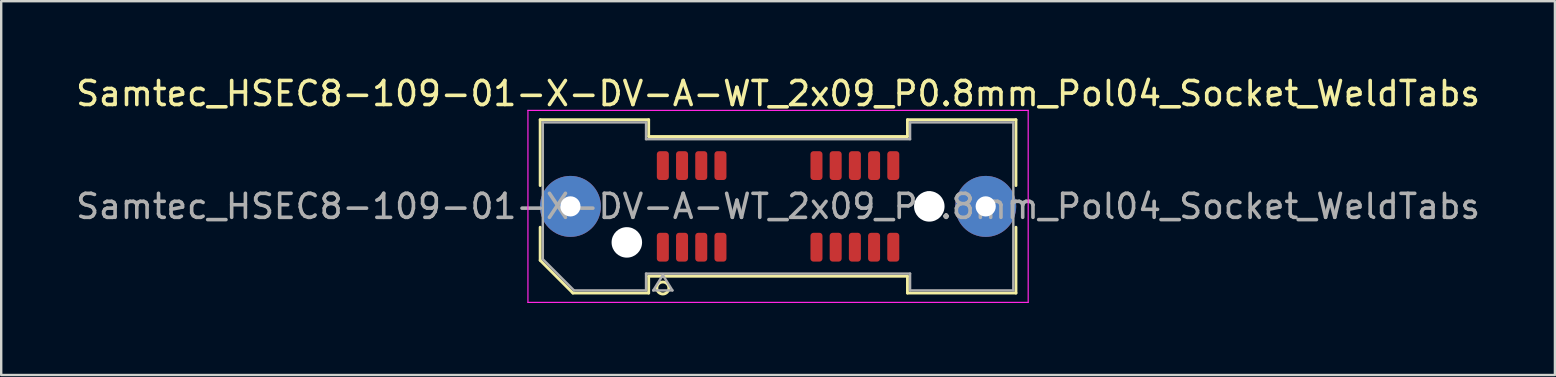
<source format=kicad_pcb>
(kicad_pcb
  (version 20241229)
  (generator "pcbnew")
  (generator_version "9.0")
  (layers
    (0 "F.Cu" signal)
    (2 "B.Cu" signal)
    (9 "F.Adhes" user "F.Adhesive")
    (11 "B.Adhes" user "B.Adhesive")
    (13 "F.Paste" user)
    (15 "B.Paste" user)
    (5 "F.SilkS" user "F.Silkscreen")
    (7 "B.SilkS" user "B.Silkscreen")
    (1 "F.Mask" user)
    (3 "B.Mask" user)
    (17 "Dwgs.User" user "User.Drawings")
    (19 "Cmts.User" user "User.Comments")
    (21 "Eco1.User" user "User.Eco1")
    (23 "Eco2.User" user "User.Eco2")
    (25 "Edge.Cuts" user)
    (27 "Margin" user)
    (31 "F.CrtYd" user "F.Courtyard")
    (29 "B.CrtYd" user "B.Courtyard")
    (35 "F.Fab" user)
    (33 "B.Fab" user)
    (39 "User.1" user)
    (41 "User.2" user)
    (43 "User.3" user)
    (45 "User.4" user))
  (footprint "Samtec_HSEC8-109-01-X-DV-A-WT_2x09_P0.8mm_Pol04_Socket_WeldTabs"
    (layer "F.Cu")
    (at 29.363 5.548)
    (property "Reference" "Samtec_HSEC8-109-01-X-DV-A-WT_2x09_P0.8mm_Pol04_Socket_WeldTabs" (at 0 -4.7 0) (layer "F.SilkS") (effects (font (size 1 1) (thickness 0.15))))
    (attr smd)
    (fp_line (start -9.91 -3.61) (end -5.39 -3.61) (stroke (width 0.12) (type solid)) (layer "F.SilkS"))
    (fp_line (start -9.91 -0.868) (end -9.91 -3.61) (stroke (width 0.12) (type solid)) (layer "F.SilkS"))
    (fp_line (start -9.91 2.246) (end -9.91 0.868) (stroke (width 0.12) (type solid)) (layer "F.SilkS"))
    (fp_line (start -8.546 3.61) (end -9.91 2.246) (stroke (width 0.12) (type solid)) (layer "F.SilkS"))
    (fp_line (start -5.39 -3.61) (end -5.39 -2.91) (stroke (width 0.12) (type solid)) (layer "F.SilkS"))
    (fp_line (start -5.39 -2.91) (end 5.39 -2.91) (stroke (width 0.12) (type solid)) (layer "F.SilkS"))
    (fp_line (start -5.39 2.91) (end -5.39 3.61) (stroke (width 0.12) (type solid)) (layer "F.SilkS"))
    (fp_line (start -5.39 3.61) (end -8.546 3.61) (stroke (width 0.12) (type solid)) (layer "F.SilkS"))
    (fp_line (start 5.39 -3.61) (end 9.91 -3.61) (stroke (width 0.12) (type solid)) (layer "F.SilkS"))
    (fp_line (start 5.39 -2.91) (end 5.39 -3.61) (stroke (width 0.12) (type solid)) (layer "F.SilkS"))
    (fp_line (start 5.39 2.91) (end -5.39 2.91) (stroke (width 0.12) (type solid)) (layer "F.SilkS"))
    (fp_line (start 5.39 3.61) (end 5.39 2.91) (stroke (width 0.12) (type solid)) (layer "F.SilkS"))
    (fp_line (start 9.91 -3.61) (end 9.91 -0.868) (stroke (width 0.12) (type solid)) (layer "F.SilkS"))
    (fp_line (start 9.91 0.868) (end 9.91 3.61) (stroke (width 0.12) (type solid)) (layer "F.SilkS"))
    (fp_line (start 9.91 3.61) (end 5.39 3.61) (stroke (width 0.12) (type solid)) (layer "F.SilkS"))
    (fp_arc (start -4.55 3.4) (mid -5.05 3.4) (end -4.55 3.4) (stroke (width 0.12) (type solid)) (layer "F.SilkS"))
    (fp_line (start -10.42 -4) (end -10.42 4) (stroke (width 0.05) (type solid)) (layer "F.CrtYd"))
    (fp_line (start -10.42 4) (end 10.42 4) (stroke (width 0.05) (type solid)) (layer "F.CrtYd"))
    (fp_line (start 10.42 -4) (end -10.42 -4) (stroke (width 0.05) (type solid)) (layer "F.CrtYd"))
    (fp_line (start 10.42 4) (end 10.42 -4) (stroke (width 0.05) (type solid)) (layer "F.CrtYd"))
    (fp_line (start -9.8 -3.5) (end -5.5 -3.5) (stroke (width 0.1) (type solid)) (layer "F.Fab"))
    (fp_line (start -9.8 2.2) (end -9.8 -3.5) (stroke (width 0.1) (type solid)) (layer "F.Fab"))
    (fp_line (start -8.5 3.5) (end -9.8 2.2) (stroke (width 0.1) (type solid)) (layer "F.Fab"))
    (fp_line (start -5.5 -3.5) (end -5.5 -2.8) (stroke (width 0.1) (type solid)) (layer "F.Fab"))
    (fp_line (start -5.5 -2.8) (end 5.5 -2.8) (stroke (width 0.1) (type solid)) (layer "F.Fab"))
    (fp_line (start -5.5 2.8) (end -5.5 3.5) (stroke (width 0.1) (type solid)) (layer "F.Fab"))
    (fp_line (start -5.5 3.5) (end -8.5 3.5) (stroke (width 0.1) (type solid)) (layer "F.Fab"))
    (fp_line (start -5.2 3.5) (end -4.8 2.86) (stroke (width 0.1) (type solid)) (layer "F.Fab"))
    (fp_line (start -4.8 2.86) (end -4.4 3.5) (stroke (width 0.1) (type solid)) (layer "F.Fab"))
    (fp_line (start -4.4 3.5) (end -5.2 3.5) (stroke (width 0.1) (type solid)) (layer "F.Fab"))
    (fp_line (start 5.5 -3.5) (end 9.8 -3.5) (stroke (width 0.1) (type solid)) (layer "F.Fab"))
    (fp_line (start 5.5 -2.8) (end 5.5 -3.5) (stroke (width 0.1) (type solid)) (layer "F.Fab"))
    (fp_line (start 5.5 2.8) (end -5.5 2.8) (stroke (width 0.1) (type solid)) (layer "F.Fab"))
    (fp_line (start 5.5 3.5) (end 5.5 2.8) (stroke (width 0.1) (type solid)) (layer "F.Fab"))
    (fp_line (start 9.8 -3.5) (end 9.8 3.5) (stroke (width 0.1) (type solid)) (layer "F.Fab"))
    (fp_line (start 9.8 3.5) (end 5.5 3.5) (stroke (width 0.1) (type solid)) (layer "F.Fab"))
    (fp_text user "${REFERENCE}" (at 0 0 0) (layer "F.Fab") (effects (font (size 1 1) (thickness 0.15))))
    (pad "" thru_hole circle (at -8.65 0) (size 2.54 2.54) (drill 0.84) (layers "*.Cu" "*.Mask" "F.Paste"))
    (pad "" np_thru_hole circle (at -6.3 1.5) (size 1.27 1.27) (drill 1.27) (layers "*.Cu" "*.Mask"))
    (pad "" np_thru_hole circle (at 6.3 0) (size 1.27 1.27) (drill 1.27) (layers "*.Cu" "*.Mask"))
    (pad "" thru_hole circle (at 8.65 0) (size 2.54 2.54) (drill 0.84) (layers "*.Cu" "*.Mask" "F.Paste"))
    (pad "1" smd roundrect (at -4.8 1.7) (size 0.5 1.2) (layers "F.Cu" "F.Mask" "F.Paste") (roundrect_rratio 0.25))
    (pad "2" smd roundrect (at -4.8 -1.7) (size 0.5 1.2) (layers "F.Cu" "F.Mask" "F.Paste") (roundrect_rratio 0.25))
    (pad "3" smd roundrect (at -4 1.7) (size 0.5 1.2) (layers "F.Cu" "F.Mask" "F.Paste") (roundrect_rratio 0.25))
    (pad "4" smd roundrect (at -4 -1.7) (size 0.5 1.2) (layers "F.Cu" "F.Mask" "F.Paste") (roundrect_rratio 0.25))
    (pad "5" smd roundrect (at -3.2 1.7) (size 0.5 1.2) (layers "F.Cu" "F.Mask" "F.Paste") (roundrect_rratio 0.25))
    (pad "6" smd roundrect (at -3.2 -1.7) (size 0.5 1.2) (layers "F.Cu" "F.Mask" "F.Paste") (roundrect_rratio 0.25))
    (pad "7" smd roundrect (at -2.4 1.7) (size 0.5 1.2) (layers "F.Cu" "F.Mask" "F.Paste") (roundrect_rratio 0.25))
    (pad "8" smd roundrect (at -2.4 -1.7) (size 0.5 1.2) (layers "F.Cu" "F.Mask" "F.Paste") (roundrect_rratio 0.25))
    (pad "9" smd roundrect (at 1.6 1.7) (size 0.5 1.2) (layers "F.Cu" "F.Mask" "F.Paste") (roundrect_rratio 0.25))
    (pad "10" smd roundrect (at 1.6 -1.7) (size 0.5 1.2) (layers "F.Cu" "F.Mask" "F.Paste") (roundrect_rratio 0.25))
    (pad "11" smd roundrect (at 2.4 1.7) (size 0.5 1.2) (layers "F.Cu" "F.Mask" "F.Paste") (roundrect_rratio 0.25))
    (pad "12" smd roundrect (at 2.4 -1.7) (size 0.5 1.2) (layers "F.Cu" "F.Mask" "F.Paste") (roundrect_rratio 0.25))
    (pad "13" smd roundrect (at 3.2 1.7) (size 0.5 1.2) (layers "F.Cu" "F.Mask" "F.Paste") (roundrect_rratio 0.25))
    (pad "14" smd roundrect (at 3.2 -1.7) (size 0.5 1.2) (layers "F.Cu" "F.Mask" "F.Paste") (roundrect_rratio 0.25))
    (pad "15" smd roundrect (at 4 1.7) (size 0.5 1.2) (layers "F.Cu" "F.Mask" "F.Paste") (roundrect_rratio 0.25))
    (pad "16" smd roundrect (at 4 -1.7) (size 0.5 1.2) (layers "F.Cu" "F.Mask" "F.Paste") (roundrect_rratio 0.25))
    (pad "17" smd roundrect (at 4.8 1.7) (size 0.5 1.2) (layers "F.Cu" "F.Mask" "F.Paste") (roundrect_rratio 0.25))
    (pad "18" smd roundrect (at 4.8 -1.7) (size 0.5 1.2) (layers "F.Cu" "F.Mask" "F.Paste") (roundrect_rratio 0.25)))
  (gr_rect
    (start -3 -3)
    (end 61.726 12.573)
    (stroke (width 0.1) (type default))
    (fill no)
    (layer "Edge.Cuts")))
</source>
